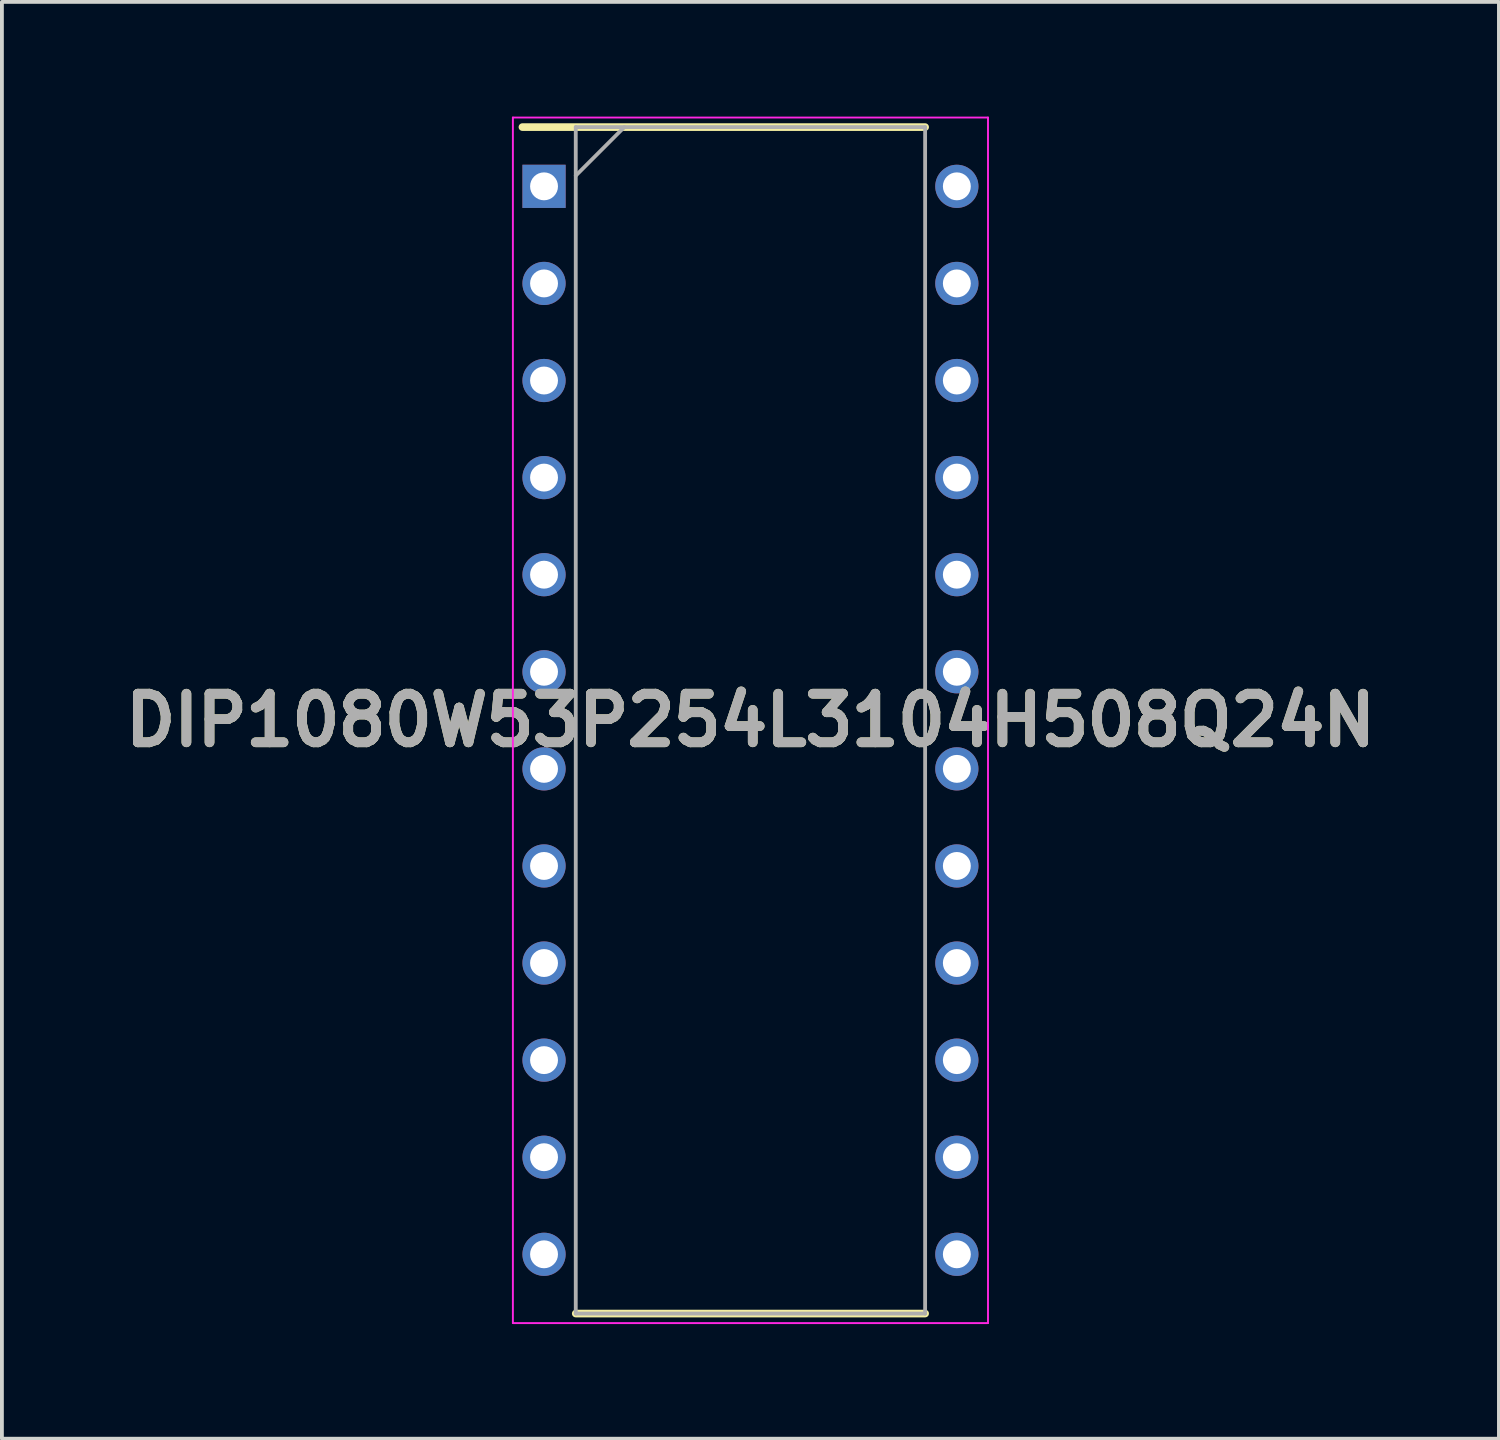
<source format=kicad_pcb>
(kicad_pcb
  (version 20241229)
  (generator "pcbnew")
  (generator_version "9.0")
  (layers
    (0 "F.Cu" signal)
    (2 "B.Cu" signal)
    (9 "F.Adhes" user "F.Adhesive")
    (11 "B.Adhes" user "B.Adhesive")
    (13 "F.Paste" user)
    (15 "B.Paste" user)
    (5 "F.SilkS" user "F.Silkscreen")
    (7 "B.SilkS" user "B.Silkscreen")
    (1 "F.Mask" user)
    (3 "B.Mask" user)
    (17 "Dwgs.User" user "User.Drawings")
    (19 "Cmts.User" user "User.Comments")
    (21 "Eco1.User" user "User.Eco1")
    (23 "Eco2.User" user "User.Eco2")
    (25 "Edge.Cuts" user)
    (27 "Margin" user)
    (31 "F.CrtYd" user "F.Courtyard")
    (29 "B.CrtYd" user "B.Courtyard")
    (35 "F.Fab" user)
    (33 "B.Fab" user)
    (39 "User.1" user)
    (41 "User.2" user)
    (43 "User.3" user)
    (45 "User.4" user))
  (footprint "DIP1080W53P254L3104H508Q24N"
    (layer "F.Cu")
    (at 16.583 15.795)
    (property "Reference" "DIP1080W53P254L3104H508Q24N" (at 0 0 0) (layer "F.SilkS") (effects (font (size 1.27 1.27) (thickness 0.254))))
    (attr through_hole)
    (fp_line (start -5.965 -15.52) (end 4.57 -15.52) (stroke (width 0.2) (type solid)) (layer "F.SilkS"))
    (fp_line (start -4.57 15.52) (end 4.57 15.52) (stroke (width 0.2) (type solid)) (layer "F.SilkS"))
    (fp_line (start -6.215 -15.77) (end 6.215 -15.77) (stroke (width 0.05) (type solid)) (layer "F.CrtYd"))
    (fp_line (start -6.215 15.77) (end -6.215 -15.77) (stroke (width 0.05) (type solid)) (layer "F.CrtYd"))
    (fp_line (start 6.215 -15.77) (end 6.215 15.77) (stroke (width 0.05) (type solid)) (layer "F.CrtYd"))
    (fp_line (start 6.215 15.77) (end -6.215 15.77) (stroke (width 0.05) (type solid)) (layer "F.CrtYd"))
    (fp_line (start -4.57 -15.52) (end 4.57 -15.52) (stroke (width 0.1) (type solid)) (layer "F.Fab"))
    (fp_line (start -4.57 -14.25) (end -3.3 -15.52) (stroke (width 0.1) (type solid)) (layer "F.Fab"))
    (fp_line (start -4.57 15.52) (end -4.57 -15.52) (stroke (width 0.1) (type solid)) (layer "F.Fab"))
    (fp_line (start 4.57 -15.52) (end 4.57 15.52) (stroke (width 0.1) (type solid)) (layer "F.Fab"))
    (fp_line (start 4.57 15.52) (end -4.57 15.52) (stroke (width 0.1) (type solid)) (layer "F.Fab"))
    (fp_text user "${REFERENCE}" (at 0 0 0) (layer "F.Fab") (effects (font (size 1.27 1.27) (thickness 0.254))))
    (pad "1" thru_hole rect (at -5.4 -13.97) (size 1.13 1.13) (drill 0.73) (layers "*.Cu" "*.Mask"))
    (pad "2" thru_hole circle (at -5.4 -11.43) (size 1.13 1.13) (drill 0.73) (layers "*.Cu" "*.Mask"))
    (pad "3" thru_hole circle (at -5.4 -8.89) (size 1.13 1.13) (drill 0.73) (layers "*.Cu" "*.Mask"))
    (pad "4" thru_hole circle (at -5.4 -6.35) (size 1.13 1.13) (drill 0.73) (layers "*.Cu" "*.Mask"))
    (pad "5" thru_hole circle (at -5.4 -3.81) (size 1.13 1.13) (drill 0.73) (layers "*.Cu" "*.Mask"))
    (pad "6" thru_hole circle (at -5.4 -1.27) (size 1.13 1.13) (drill 0.73) (layers "*.Cu" "*.Mask"))
    (pad "7" thru_hole circle (at -5.4 1.27) (size 1.13 1.13) (drill 0.73) (layers "*.Cu" "*.Mask"))
    (pad "8" thru_hole circle (at -5.4 3.81) (size 1.13 1.13) (drill 0.73) (layers "*.Cu" "*.Mask"))
    (pad "9" thru_hole circle (at -5.4 6.35) (size 1.13 1.13) (drill 0.73) (layers "*.Cu" "*.Mask"))
    (pad "10" thru_hole circle (at -5.4 8.89) (size 1.13 1.13) (drill 0.73) (layers "*.Cu" "*.Mask"))
    (pad "11" thru_hole circle (at -5.4 11.43) (size 1.13 1.13) (drill 0.73) (layers "*.Cu" "*.Mask"))
    (pad "12" thru_hole circle (at -5.4 13.97) (size 1.13 1.13) (drill 0.73) (layers "*.Cu" "*.Mask"))
    (pad "13" thru_hole circle (at 5.4 13.97) (size 1.13 1.13) (drill 0.73) (layers "*.Cu" "*.Mask"))
    (pad "14" thru_hole circle (at 5.4 11.43) (size 1.13 1.13) (drill 0.73) (layers "*.Cu" "*.Mask"))
    (pad "15" thru_hole circle (at 5.4 8.89) (size 1.13 1.13) (drill 0.73) (layers "*.Cu" "*.Mask"))
    (pad "16" thru_hole circle (at 5.4 6.35) (size 1.13 1.13) (drill 0.73) (layers "*.Cu" "*.Mask"))
    (pad "17" thru_hole circle (at 5.4 3.81) (size 1.13 1.13) (drill 0.73) (layers "*.Cu" "*.Mask"))
    (pad "18" thru_hole circle (at 5.4 1.27) (size 1.13 1.13) (drill 0.73) (layers "*.Cu" "*.Mask"))
    (pad "19" thru_hole circle (at 5.4 -1.27) (size 1.13 1.13) (drill 0.73) (layers "*.Cu" "*.Mask"))
    (pad "20" thru_hole circle (at 5.4 -3.81) (size 1.13 1.13) (drill 0.73) (layers "*.Cu" "*.Mask"))
    (pad "21" thru_hole circle (at 5.4 -6.35) (size 1.13 1.13) (drill 0.73) (layers "*.Cu" "*.Mask"))
    (pad "22" thru_hole circle (at 5.4 -8.89) (size 1.13 1.13) (drill 0.73) (layers "*.Cu" "*.Mask"))
    (pad "23" thru_hole circle (at 5.4 -11.43) (size 1.13 1.13) (drill 0.73) (layers "*.Cu" "*.Mask"))
    (pad "24" thru_hole circle (at 5.4 -13.97) (size 1.13 1.13) (drill 0.73) (layers "*.Cu" "*.Mask")))
  (gr_rect
    (start -3 -3)
    (end 36.165 34.59)
    (stroke (width 0.1) (type default))
    (fill no)
    (layer "Edge.Cuts")))
</source>
